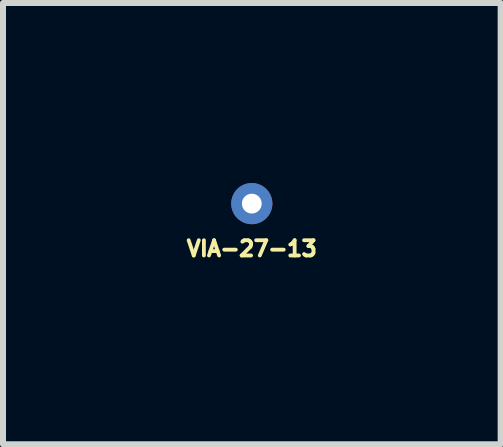
<source format=kicad_pcb>
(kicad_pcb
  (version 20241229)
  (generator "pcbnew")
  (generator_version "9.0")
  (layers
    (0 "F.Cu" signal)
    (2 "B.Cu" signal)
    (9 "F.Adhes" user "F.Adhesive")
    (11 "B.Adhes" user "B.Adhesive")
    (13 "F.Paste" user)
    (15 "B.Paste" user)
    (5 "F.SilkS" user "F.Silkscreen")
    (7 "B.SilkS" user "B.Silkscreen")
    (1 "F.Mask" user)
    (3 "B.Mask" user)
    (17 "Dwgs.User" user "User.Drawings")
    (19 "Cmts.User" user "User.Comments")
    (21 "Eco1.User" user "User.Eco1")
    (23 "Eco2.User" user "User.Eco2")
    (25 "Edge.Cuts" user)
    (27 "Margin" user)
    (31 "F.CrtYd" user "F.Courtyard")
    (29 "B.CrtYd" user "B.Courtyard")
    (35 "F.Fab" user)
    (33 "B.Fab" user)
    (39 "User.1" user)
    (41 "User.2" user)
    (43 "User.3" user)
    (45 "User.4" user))
  (footprint "VIA-27-13"
    (layer "F.Cu")
    (at 1.146 0.343)
    (property "Reference" "VIA-27-13" (at 0 0.75 0) (layer "F.SilkS") (effects (font (size 0.254 0.254) (thickness 0.064))))
    (attr through_hole)
    (pad "1" thru_hole circle (at 0 0) (size 0.686 0.686) (drill 0.33) (layers "*.Cu")))
  (gr_rect
    (start -3 -3)
    (end 5.293 4.353)
    (stroke (width 0.1) (type default))
    (fill no)
    (layer "Edge.Cuts")))
</source>
